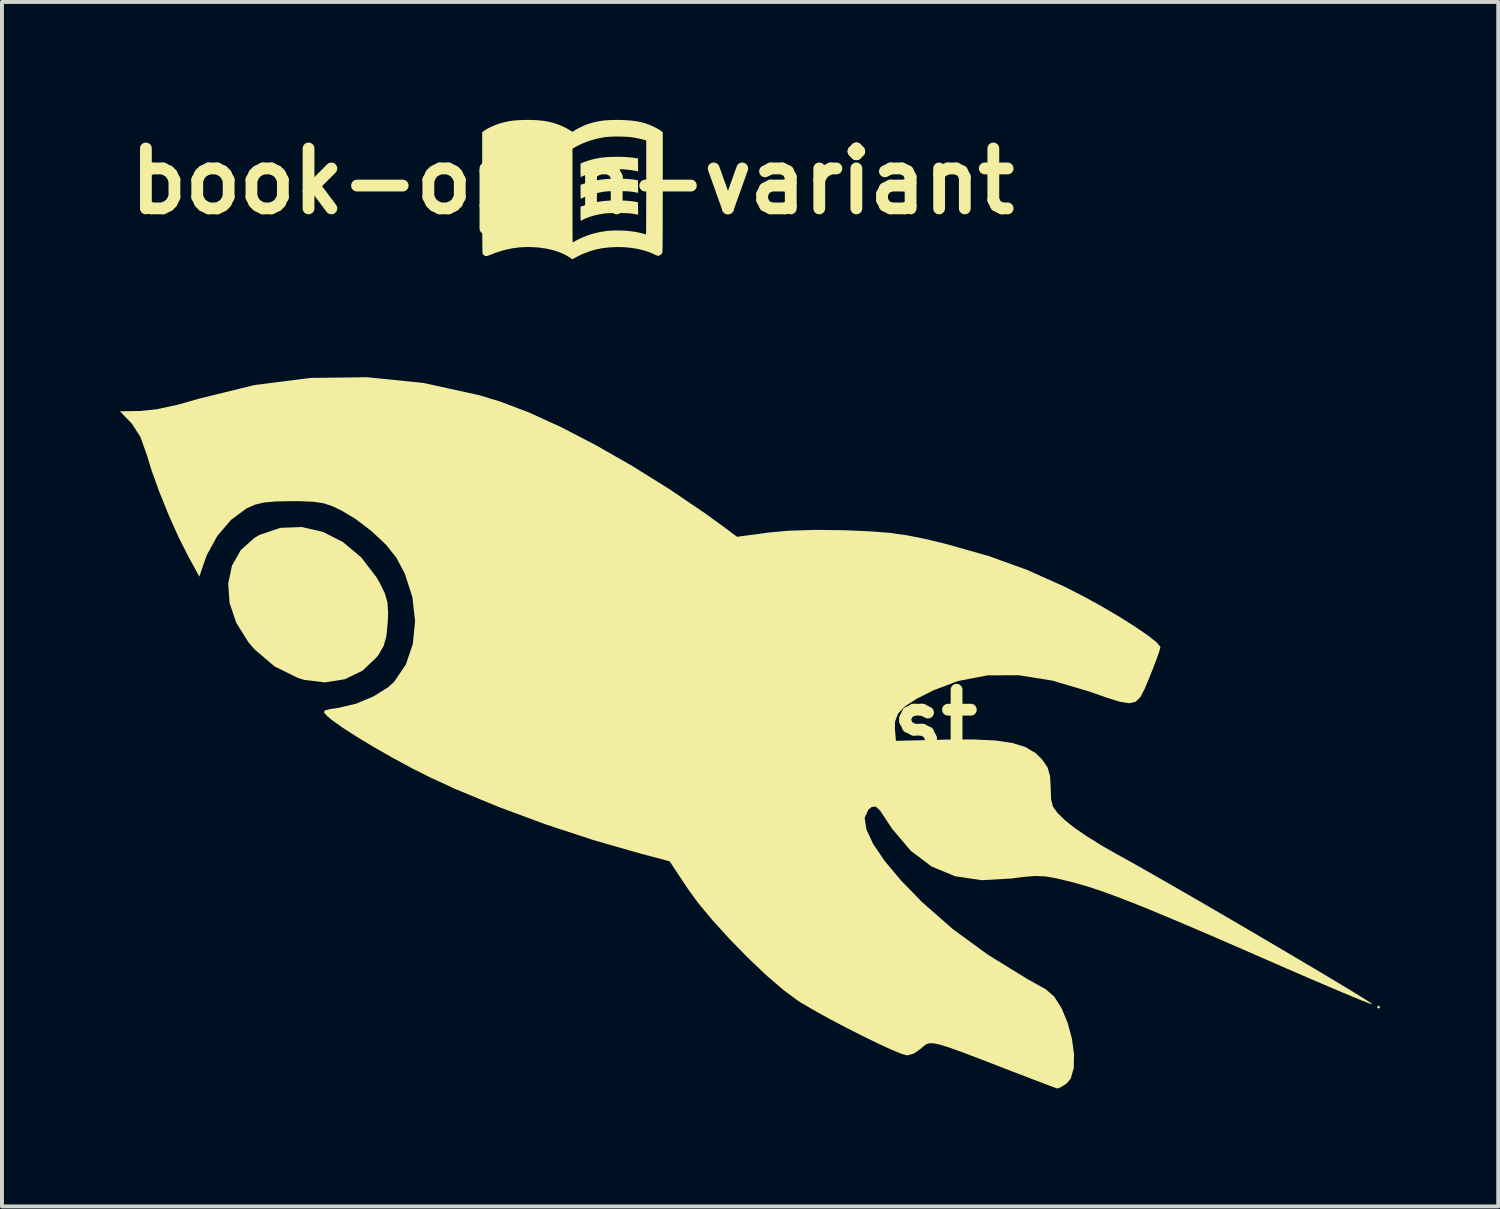
<source format=kicad_pcb>
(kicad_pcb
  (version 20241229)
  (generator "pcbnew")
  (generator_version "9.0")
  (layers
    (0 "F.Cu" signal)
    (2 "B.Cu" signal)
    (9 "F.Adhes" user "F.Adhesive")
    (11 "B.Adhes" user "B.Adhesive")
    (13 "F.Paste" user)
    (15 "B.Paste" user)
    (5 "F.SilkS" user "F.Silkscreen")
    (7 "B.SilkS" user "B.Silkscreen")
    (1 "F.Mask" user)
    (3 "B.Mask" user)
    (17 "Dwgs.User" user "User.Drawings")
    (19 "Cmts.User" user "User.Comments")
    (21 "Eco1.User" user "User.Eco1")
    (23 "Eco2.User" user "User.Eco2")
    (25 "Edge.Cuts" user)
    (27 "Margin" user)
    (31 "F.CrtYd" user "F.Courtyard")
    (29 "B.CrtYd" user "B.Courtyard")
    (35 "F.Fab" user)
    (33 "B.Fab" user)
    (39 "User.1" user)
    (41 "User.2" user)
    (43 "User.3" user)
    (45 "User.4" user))
  (footprint "book-open-variant"
    (layer "F.Cu")
    (at 11.51 1.561)
    (property "Reference" "book-open-variant" (at 0 0 0) (layer "F.SilkS") (effects (font (size 1.524 1.524) (thickness 0.3))))
    (attr board_only exclude_from_pos_files exclude_from_bom)
    (fp_poly (pts (xy 1.362 -0.617) (xy 1.503 -0.605) (xy 1.627 -0.588) (xy 1.666 -0.581) (xy 1.668 -0.416) (xy 1.671 -0.251) (xy 1.639 -0.258) (xy 1.499 -0.283) (xy 1.353 -0.3) (xy 1.206 -0.309) (xy 1.068 -0.309) (xy 1.04 -0.308) (xy 0.877 -0.296) (xy 0.729 -0.278) (xy 0.595 -0.252) (xy 0.471 -0.218) (xy 0.357 -0.175) (xy 0.273 -0.137) (xy 0.243 -0.122) (xy 0.221 -0.111) (xy 0.21 -0.107) (xy 0.209 -0.117) (xy 0.207 -0.142) (xy 0.206 -0.181) (xy 0.205 -0.23) (xy 0.205 -0.278) (xy 0.205 -0.449) (xy 0.232 -0.463) (xy 0.263 -0.477) (xy 0.309 -0.494) (xy 0.363 -0.512) (xy 0.421 -0.531) (xy 0.478 -0.548) (xy 0.529 -0.562) (xy 0.542 -0.565) (xy 0.63 -0.583) (xy 0.715 -0.598) (xy 0.803 -0.608) (xy 0.899 -0.616) (xy 1.007 -0.621) (xy 1.055 -0.622) (xy 1.211 -0.623)) (stroke (width 0) (type solid)) (fill yes) (layer "F.SilkS"))
    (fp_poly (pts (xy 1.289 0.489) (xy 1.435 0.499) (xy 1.565 0.514) (xy 1.631 0.526) (xy 1.666 0.533) (xy 1.668 0.693) (xy 1.671 0.852) (xy 1.646 0.846) (xy 1.625 0.842) (xy 1.591 0.835) (xy 1.549 0.828) (xy 1.521 0.823) (xy 1.473 0.818) (xy 1.409 0.813) (xy 1.333 0.81) (xy 1.25 0.807) (xy 1.163 0.806) (xy 1.076 0.806) (xy 0.992 0.808) (xy 0.917 0.811) (xy 0.853 0.815) (xy 0.811 0.819) (xy 0.681 0.841) (xy 0.556 0.869) (xy 0.442 0.903) (xy 0.34 0.941) (xy 0.279 0.97) (xy 0.248 0.986) (xy 0.224 0.999) (xy 0.212 1.005) (xy 0.21 0.996) (xy 0.208 0.972) (xy 0.207 0.933) (xy 0.206 0.884) (xy 0.205 0.828) (xy 0.205 0.649) (xy 0.237 0.636) (xy 0.373 0.588) (xy 0.512 0.549) (xy 0.657 0.52) (xy 0.812 0.5) (xy 0.979 0.489) (xy 1.128 0.486)) (stroke (width 0) (type solid)) (fill yes) (layer "F.SilkS"))
    (fp_poly (pts (xy 1.334 -0.063) (xy 1.451 -0.055) (xy 1.554 -0.044) (xy 1.631 -0.031) (xy 1.666 -0.024) (xy 1.668 0.136) (xy 1.671 0.295) (xy 1.646 0.289) (xy 1.625 0.285) (xy 1.591 0.279) (xy 1.549 0.271) (xy 1.521 0.267) (xy 1.472 0.261) (xy 1.408 0.256) (xy 1.332 0.253) (xy 1.249 0.251) (xy 1.161 0.25) (xy 1.075 0.25) (xy 0.992 0.251) (xy 0.918 0.254) (xy 0.856 0.258) (xy 0.821 0.262) (xy 0.698 0.283) (xy 0.579 0.309) (xy 0.467 0.34) (xy 0.366 0.375) (xy 0.28 0.413) (xy 0.269 0.419) (xy 0.241 0.433) (xy 0.22 0.444) (xy 0.212 0.448) (xy 0.21 0.44) (xy 0.208 0.415) (xy 0.207 0.376) (xy 0.206 0.327) (xy 0.205 0.271) (xy 0.205 0.091) (xy 0.31 0.056) (xy 0.42 0.021) (xy 0.526 -0.007) (xy 0.631 -0.029) (xy 0.74 -0.045) (xy 0.857 -0.056) (xy 0.986 -0.063) (xy 1.07 -0.066) (xy 1.206 -0.066)) (stroke (width 0) (type solid)) (fill yes) (layer "F.SilkS"))
    (fp_poly (pts (xy 1.211 -1.56) (xy 1.362 -1.554) (xy 1.497 -1.544) (xy 1.62 -1.528) (xy 1.733 -1.506) (xy 1.841 -1.477) (xy 1.938 -1.445) (xy 1.995 -1.421) (xy 2.058 -1.392) (xy 2.122 -1.36) (xy 2.181 -1.328) (xy 2.231 -1.298) (xy 2.249 -1.284) (xy 2.296 -1.25) (xy 2.296 0.276) (xy 2.296 0.487) (xy 2.295 0.679) (xy 2.295 0.853) (xy 2.295 1.009) (xy 2.295 1.15) (xy 2.294 1.274) (xy 2.294 1.384) (xy 2.293 1.479) (xy 2.292 1.561) (xy 2.292 1.631) (xy 2.291 1.688) (xy 2.29 1.735) (xy 2.288 1.771) (xy 2.287 1.797) (xy 2.286 1.815) (xy 2.284 1.825) (xy 2.283 1.827) (xy 2.263 1.852) (xy 2.234 1.875) (xy 2.202 1.891) (xy 2.182 1.895) (xy 2.16 1.891) (xy 2.13 1.88) (xy 2.109 1.87) (xy 1.969 1.808) (xy 1.814 1.758) (xy 1.649 1.718) (xy 1.476 1.691) (xy 1.298 1.675) (xy 1.117 1.672) (xy 0.936 1.681) (xy 0.758 1.702) (xy 0.611 1.731) (xy 0.488 1.764) (xy 0.362 1.808) (xy 0.237 1.858) (xy 0.123 1.914) (xy 0.071 1.943) (xy 0.039 1.961) (xy 0.013 1.975) (xy -0.00037 1.982) (xy -0.002 1.983) (xy -0.011 1.977) (xy -0.032 1.963) (xy -0.06 1.944) (xy -0.068 1.938) (xy -0.189 1.867) (xy -0.325 1.806) (xy -0.476 1.756) (xy -0.642 1.717) (xy -0.821 1.689) (xy -0.899 1.681) (xy -1.118 1.67) (xy -1.335 1.679) (xy -1.547 1.707) (xy -1.757 1.754) (xy -1.962 1.821) (xy -2.054 1.857) (xy -2.099 1.875) (xy -2.14 1.89) (xy -2.172 1.901) (xy -2.19 1.905) (xy -2.191 1.905) (xy -2.221 1.898) (xy -2.253 1.879) (xy -2.278 1.855) (xy -2.286 1.841) (xy -2.288 1.828) (xy -2.289 1.795) (xy -2.29 1.744) (xy -2.291 1.674) (xy -2.292 1.587) (xy -2.293 1.482) (xy -2.294 1.36) (xy -2.294 1.221) (xy -2.295 1.067) (xy -2.295 0.896) (xy -2.296 0.71) (xy -2.296 0.508) (xy -2.296 0.362) (xy 0 0.362) (xy 0.000042 0.513) (xy 0.000164 0.658) (xy 0.000362 0.797) (xy 0.001 0.927) (xy 0.001 1.049) (xy 0.001 1.16) (xy 0.002 1.26) (xy 0.002 1.348) (xy 0.003 1.421) (xy 0.003 1.479) (xy 0.004 1.522) (xy 0.005 1.547) (xy 0.005 1.553) (xy 0.015 1.549) (xy 0.039 1.537) (xy 0.07 1.519) (xy 0.087 1.51) (xy 0.214 1.445) (xy 0.354 1.387) (xy 0.501 1.338) (xy 0.65 1.301) (xy 0.676 1.295) (xy 0.777 1.277) (xy 0.87 1.264) (xy 0.964 1.256) (xy 1.064 1.251) (xy 1.15 1.251) (xy 1.307 1.254) (xy 1.452 1.266) (xy 1.591 1.285) (xy 1.731 1.314) (xy 1.771 1.324) (xy 1.812 1.334) (xy 1.845 1.342) (xy 1.866 1.347) (xy 1.871 1.348) (xy 1.872 1.339) (xy 1.872 1.311) (xy 1.873 1.266) (xy 1.873 1.204) (xy 1.874 1.129) (xy 1.874 1.039) (xy 1.875 0.937) (xy 1.875 0.824) (xy 1.875 0.701) (xy 1.875 0.569) (xy 1.876 0.429) (xy 1.876 0.282) (xy 1.876 0.156) (xy 1.876 -1.036) (xy 1.849 -1.046) (xy 1.819 -1.056) (xy 1.774 -1.068) (xy 1.718 -1.08) (xy 1.656 -1.093) (xy 1.593 -1.106) (xy 1.532 -1.116) (xy 1.504 -1.12) (xy 1.438 -1.128) (xy 1.357 -1.133) (xy 1.267 -1.137) (xy 1.172 -1.138) (xy 1.076 -1.138) (xy 0.984 -1.135) (xy 0.901 -1.13) (xy 0.831 -1.123) (xy 0.811 -1.121) (xy 0.624 -1.084) (xy 0.445 -1.035) (xy 0.277 -0.973) (xy 0.121 -0.899) (xy 0.07 -0.87) (xy 0 -0.83) (xy 0 0.362) (xy -2.296 0.362) (xy -2.296 0.293) (xy -2.296 -1.25) (xy -2.254 -1.28) (xy -2.178 -1.329) (xy -2.087 -1.377) (xy -1.987 -1.421) (xy -1.881 -1.461) (xy -1.775 -1.492) (xy -1.747 -1.499) (xy -1.67 -1.517) (xy -1.599 -1.531) (xy -1.529 -1.541) (xy -1.456 -1.549) (xy -1.375 -1.554) (xy -1.282 -1.558) (xy -1.211 -1.56) (xy -1.039 -1.56) (xy -0.882 -1.553) (xy -0.738 -1.538) (xy -0.604 -1.515) (xy -0.477 -1.483) (xy -0.418 -1.464) (xy -0.357 -1.442) (xy -0.289 -1.414) (xy -0.219 -1.382) (xy -0.153 -1.349) (xy -0.096 -1.318) (xy -0.06 -1.296) (xy -0.032 -1.277) (xy -0.01 -1.265) (xy 0 -1.26) (xy 0.012 -1.265) (xy 0.034 -1.279) (xy 0.06 -1.296) (xy 0.107 -1.325) (xy 0.168 -1.357) (xy 0.236 -1.39) (xy 0.307 -1.422) (xy 0.375 -1.449) (xy 0.42 -1.465) (xy 0.54 -1.499) (xy 0.663 -1.526) (xy 0.791 -1.545) (xy 0.929 -1.556) (xy 1.078 -1.561)) (stroke (width 0) (type solid)) (fill yes) (layer "F.SilkS")))
  (footprint "fairydust"
    (layer "F.Cu")
    (at 16.816 15.327)
    (property "Reference" "fairydust" (at 0 0 0) (layer "F.SilkS") (effects (font (size 1.524 1.524) (thickness 0.3))))
    (attr board_only exclude_from_pos_files exclude_from_bom)
    (fp_poly (pts (xy 15.24 7.239) (xy 15.198 7.281) (xy 15.155 7.239) (xy 15.198 7.197)) (stroke (width 0) (type solid)) (fill yes) (layer "F.SilkS"))
    (fp_poly (pts (xy -11.652 -4.849) (xy -11.14 -4.588) (xy -10.679 -4.201) (xy -10.291 -3.695) (xy -10.211 -3.557) (xy -10.078 -3.286) (xy -10.011 -3.054) (xy -9.995 -2.782) (xy -10.004 -2.553) (xy -10.038 -2.205) (xy -10.105 -1.957) (xy -10.229 -1.738) (xy -10.288 -1.658) (xy -10.649 -1.317) (xy -11.099 -1.101) (xy -11.603 -1.021) (xy -12.127 -1.084) (xy -12.287 -1.133) (xy -12.887 -1.43) (xy -13.393 -1.862) (xy -13.551 -2.047) (xy -13.857 -2.537) (xy -14.027 -3.041) (xy -14.062 -3.534) (xy -13.966 -3.991) (xy -13.741 -4.388) (xy -13.39 -4.701) (xy -13.259 -4.775) (xy -12.735 -4.952) (xy -12.191 -4.973)) (stroke (width 0) (type solid)) (fill yes) (layer "F.SilkS"))
    (fp_poly (pts (xy -9.101 -8.638) (xy -7.686 -8.328) (xy -7.145 -8.164) (xy -6.415 -7.888) (xy -5.592 -7.512) (xy -4.704 -7.051) (xy -3.781 -6.523) (xy -2.851 -5.943) (xy -1.944 -5.329) (xy -1.469 -4.985) (xy -1.119 -4.724) (xy -0.352 -4.829) (xy 0.191 -4.879) (xy 0.859 -4.9) (xy 1.612 -4.891) (xy 1.71 -4.888) (xy 2.282 -4.862) (xy 2.746 -4.826) (xy 3.165 -4.769) (xy 3.599 -4.685) (xy 4.111 -4.563) (xy 4.191 -4.543) (xy 5.273 -4.237) (xy 6.256 -3.883) (xy 7.211 -3.455) (xy 7.705 -3.203) (xy 8.178 -2.942) (xy 8.622 -2.68) (xy 9.014 -2.432) (xy 9.331 -2.214) (xy 9.549 -2.042) (xy 9.645 -1.929) (xy 9.648 -1.915) (xy 9.616 -1.798) (xy 9.533 -1.567) (xy 9.416 -1.264) (xy 9.367 -1.143) (xy 9.243 -0.845) (xy 9.135 -0.642) (xy 9.014 -0.526) (xy 8.85 -0.491) (xy 8.613 -0.53) (xy 8.273 -0.636) (xy 7.832 -0.791) (xy 6.898 -1.067) (xy 6.043 -1.203) (xy 5.25 -1.2) (xy 4.501 -1.056) (xy 3.873 -0.818) (xy 3.44 -0.6) (xy 3.148 -0.41) (xy 2.975 -0.226) (xy 2.899 -0.028) (xy 2.895 0.156) (xy 2.921 0.466) (xy 4.198 0.434) (xy 4.898 0.43) (xy 5.454 0.457) (xy 5.886 0.521) (xy 6.218 0.625) (xy 6.472 0.776) (xy 6.639 0.938) (xy 6.775 1.137) (xy 6.841 1.357) (xy 6.858 1.672) (xy 6.858 1.673) (xy 6.867 1.947) (xy 6.912 2.132) (xy 7.026 2.294) (xy 7.23 2.494) (xy 7.457 2.674) (xy 7.788 2.901) (xy 8.176 3.141) (xy 8.521 3.338) (xy 8.839 3.513) (xy 9.248 3.744) (xy 9.732 4.02) (xy 10.274 4.332) (xy 10.856 4.669) (xy 11.46 5.02) (xy 12.069 5.377) (xy 12.666 5.728) (xy 13.233 6.063) (xy 13.753 6.371) (xy 14.208 6.644) (xy 14.581 6.87) (xy 14.855 7.039) (xy 15.012 7.142) (xy 15.043 7.168) (xy 14.96 7.143) (xy 14.742 7.058) (xy 14.406 6.919) (xy 13.972 6.736) (xy 13.458 6.516) (xy 12.883 6.267) (xy 12.564 6.128) (xy 11.594 5.704) (xy 10.762 5.344) (xy 10.053 5.042) (xy 9.452 4.791) (xy 8.944 4.585) (xy 8.512 4.419) (xy 8.142 4.285) (xy 7.818 4.178) (xy 7.525 4.092) (xy 7.374 4.052) (xy 6.997 3.961) (xy 6.714 3.912) (xy 6.455 3.903) (xy 6.152 3.928) (xy 5.869 3.966) (xy 5.105 4.01) (xy 4.428 3.91) (xy 3.827 3.661) (xy 3.296 3.26) (xy 2.824 2.702) (xy 2.676 2.477) (xy 2.518 2.24) (xy 2.404 2.137) (xy 2.303 2.148) (xy 2.218 2.218) (xy 2.126 2.425) (xy 2.169 2.718) (xy 2.341 3.086) (xy 2.636 3.522) (xy 3.048 4.014) (xy 3.573 4.554) (xy 3.584 4.565) (xy 4.37 5.255) (xy 5.26 5.905) (xy 6.28 6.533) (xy 6.731 6.783) (xy 6.948 6.972) (xy 7.137 7.27) (xy 7.289 7.639) (xy 7.397 8.04) (xy 7.451 8.436) (xy 7.444 8.788) (xy 7.366 9.059) (xy 7.262 9.182) (xy 7.109 9.277) (xy 7.03 9.308) (xy 6.94 9.278) (xy 6.719 9.195) (xy 6.395 9.072) (xy 5.994 8.918) (xy 5.673 8.794) (xy 5.081 8.565) (xy 4.625 8.391) (xy 4.287 8.269) (xy 4.043 8.193) (xy 3.874 8.158) (xy 3.759 8.159) (xy 3.676 8.191) (xy 3.605 8.248) (xy 3.57 8.284) (xy 3.382 8.417) (xy 3.211 8.467) (xy 3.069 8.428) (xy 2.81 8.322) (xy 2.465 8.163) (xy 2.063 7.967) (xy 1.635 7.75) (xy 1.211 7.526) (xy 0.823 7.311) (xy 0.501 7.121) (xy 0.423 7.071) (xy 0.062 6.804) (xy -0.368 6.434) (xy -0.833 5.994) (xy -1.3 5.517) (xy -1.737 5.037) (xy -2.111 4.587) (xy -2.357 4.25) (xy -2.836 3.528) (xy -3.598 3.327) (xy -4.779 2.988) (xy -5.99 2.589) (xy -7.179 2.149) (xy -8.289 1.689) (xy -8.932 1.392) (xy -9.388 1.163) (xy -9.871 0.902) (xy -10.349 0.629) (xy -10.792 0.362) (xy -11.166 0.121) (xy -11.44 -0.075) (xy -11.543 -0.163) (xy -11.623 -0.252) (xy -11.611 -0.305) (xy -11.481 -0.341) (xy -11.256 -0.374) (xy -10.812 -0.479) (xy -10.372 -0.662) (xy -10 -0.893) (xy -9.847 -1.03) (xy -9.544 -1.474) (xy -9.365 -2.003) (xy -9.309 -2.586) (xy -9.378 -3.193) (xy -9.572 -3.791) (xy -9.786 -4.194) (xy -10.048 -4.522) (xy -10.414 -4.867) (xy -10.831 -5.183) (xy -11.18 -5.392) (xy -11.422 -5.507) (xy -11.639 -5.578) (xy -11.886 -5.615) (xy -12.219 -5.629) (xy -12.446 -5.63) (xy -12.859 -5.623) (xy -13.154 -5.596) (xy -13.378 -5.542) (xy -13.582 -5.453) (xy -13.601 -5.443) (xy -13.994 -5.151) (xy -14.342 -4.741) (xy -14.603 -4.264) (xy -14.654 -4.128) (xy -14.796 -3.71) (xy -15.066 -4.205) (xy -15.319 -4.705) (xy -15.579 -5.286) (xy -15.822 -5.887) (xy -16.023 -6.448) (xy -16.127 -6.794) (xy -16.296 -7.267) (xy -16.514 -7.604) (xy -16.549 -7.641) (xy -16.816 -7.916) (xy -16.303 -7.924) (xy -15.88 -7.968) (xy -15.331 -8.087) (xy -14.802 -8.238) (xy -13.401 -8.583) (xy -11.974 -8.765) (xy -10.535 -8.783)) (stroke (width 0) (type solid)) (fill yes) (layer "F.SilkS")))
  (gr_rect
    (start -3 -3)
    (end 35.056 27.635)
    (stroke (width 0.1) (type default))
    (fill no)
    (layer "Edge.Cuts")))
</source>
